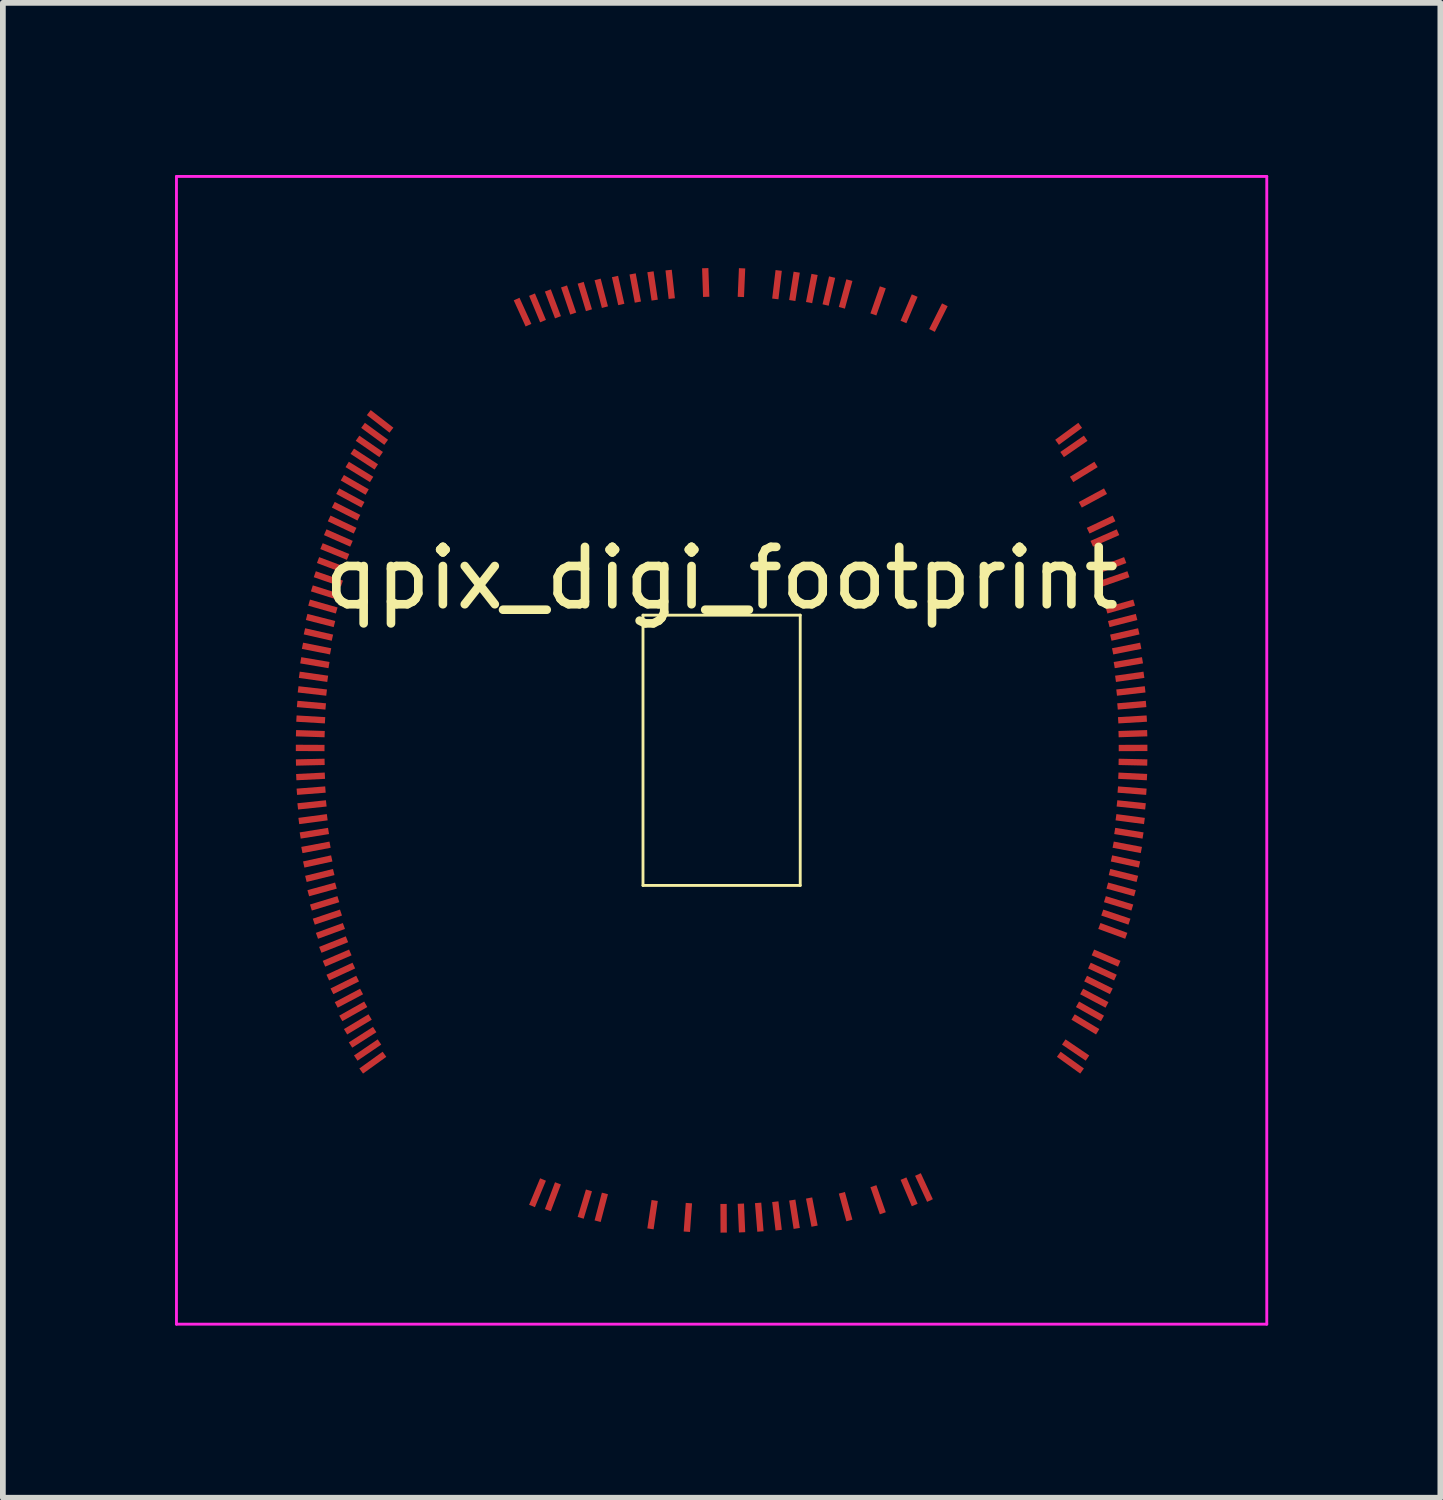
<source format=kicad_pcb>
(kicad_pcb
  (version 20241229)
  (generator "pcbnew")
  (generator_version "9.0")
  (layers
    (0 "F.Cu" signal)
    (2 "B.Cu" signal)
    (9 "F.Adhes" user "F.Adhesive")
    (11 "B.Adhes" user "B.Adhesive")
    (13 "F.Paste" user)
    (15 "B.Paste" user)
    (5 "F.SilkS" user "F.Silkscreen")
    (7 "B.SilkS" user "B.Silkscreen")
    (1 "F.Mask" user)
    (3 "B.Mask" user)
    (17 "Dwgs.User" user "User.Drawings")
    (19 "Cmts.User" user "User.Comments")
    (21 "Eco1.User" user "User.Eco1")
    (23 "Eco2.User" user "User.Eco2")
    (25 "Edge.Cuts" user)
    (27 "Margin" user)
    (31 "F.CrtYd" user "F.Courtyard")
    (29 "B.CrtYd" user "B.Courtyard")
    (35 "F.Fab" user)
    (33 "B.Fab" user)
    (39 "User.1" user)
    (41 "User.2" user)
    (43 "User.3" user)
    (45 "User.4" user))
  (footprint "qpix_digi_footprint"
    (layer "F.Cu")
    (at 9.525 10.025)
    (property "Reference" "qpix_digi_footprint" (at 0 -3 0) (layer "F.SilkS") (effects (font (size 1 1) (thickness 0.15))))
    (attr through_hole)
    (fp_line (start -1.37 -2.355) (end -1.37 2.355) (stroke (width 0.05) (type solid)) (layer "F.SilkS"))
    (fp_line (start -1.37 2.355) (end 1.37 2.355) (stroke (width 0.05) (type solid)) (layer "F.SilkS"))
    (fp_line (start 1.37 -2.355) (end -1.37 -2.355) (stroke (width 0.05) (type solid)) (layer "F.SilkS"))
    (fp_line (start 1.37 2.355) (end 1.37 -2.355) (stroke (width 0.05) (type solid)) (layer "F.SilkS"))
    (fp_line (start -9.5 -10) (end -9.5 10) (stroke (width 0.05) (type solid)) (layer "F.CrtYd"))
    (fp_line (start -9.5 10) (end 9.5 10) (stroke (width 0.05) (type solid)) (layer "F.CrtYd"))
    (fp_line (start 9.5 -10) (end -9.5 -10) (stroke (width 0.05) (type solid)) (layer "F.CrtYd"))
    (fp_line (start 9.5 10) (end 9.5 -10) (stroke (width 0.05) (type solid)) (layer "F.CrtYd"))
    (fp_line (start -1.37 -2.175) (end -5.951 -5.732) (stroke (width 0.025) (type solid)) (layer "User.1"))
    (fp_line (start -1.37 -2.085) (end -6.047 -5.515) (stroke (width 0.025) (type solid)) (layer "User.1"))
    (fp_line (start -1.37 -1.995) (end -6.139 -5.296) (stroke (width 0.025) (type solid)) (layer "User.1"))
    (fp_line (start -1.37 -1.905) (end -6.227 -5.075) (stroke (width 0.025) (type solid)) (layer "User.1"))
    (fp_line (start -1.37 -1.815) (end -6.312 -4.851) (stroke (width 0.025) (type solid)) (layer "User.1"))
    (fp_line (start -1.37 -1.725) (end -6.393 -4.625) (stroke (width 0.025) (type solid)) (layer "User.1"))
    (fp_line (start -1.37 -1.635) (end -6.47 -4.397) (stroke (width 0.025) (type solid)) (layer "User.1"))
    (fp_line (start -1.37 -1.545) (end -6.544 -4.166) (stroke (width 0.025) (type solid)) (layer "User.1"))
    (fp_line (start -1.37 -1.455) (end -6.613 -3.934) (stroke (width 0.025) (type solid)) (layer "User.1"))
    (fp_line (start -1.37 -1.365) (end -6.679 -3.7) (stroke (width 0.025) (type solid)) (layer "User.1"))
    (fp_line (start -1.37 -1.275) (end -6.741 -3.464) (stroke (width 0.025) (type solid)) (layer "User.1"))
    (fp_line (start -1.37 -1.185) (end -6.799 -3.227) (stroke (width 0.025) (type solid)) (layer "User.1"))
    (fp_line (start -1.37 -1.095) (end -6.853 -2.987) (stroke (width 0.025) (type solid)) (layer "User.1"))
    (fp_line (start -1.37 -1.005) (end -6.902 -2.747) (stroke (width 0.025) (type solid)) (layer "User.1"))
    (fp_line (start -1.37 -0.915) (end -6.948 -2.505) (stroke (width 0.025) (type solid)) (layer "User.1"))
    (fp_line (start -1.37 -0.825) (end -6.989 -2.262) (stroke (width 0.025) (type solid)) (layer "User.1"))
    (fp_line (start -1.37 -0.735) (end -7.026 -2.018) (stroke (width 0.025) (type solid)) (layer "User.1"))
    (fp_line (start -1.37 -0.645) (end -7.059 -1.773) (stroke (width 0.025) (type solid)) (layer "User.1"))
    (fp_line (start -1.37 -0.555) (end -7.088 -1.527) (stroke (width 0.025) (type solid)) (layer "User.1"))
    (fp_line (start -1.37 -0.465) (end -7.112 -1.281) (stroke (width 0.025) (type solid)) (layer "User.1"))
    (fp_line (start -1.37 -0.375) (end -7.132 -1.034) (stroke (width 0.025) (type solid)) (layer "User.1"))
    (fp_line (start -1.37 -0.285) (end -7.148 -0.786) (stroke (width 0.025) (type solid)) (layer "User.1"))
    (fp_line (start -1.37 -0.195) (end -7.16 -0.538) (stroke (width 0.025) (type solid)) (layer "User.1"))
    (fp_line (start -1.37 -0.105) (end -7.167 -0.29) (stroke (width 0.025) (type solid)) (layer "User.1"))
    (fp_line (start -1.37 -0.015) (end -7.17 -0.041) (stroke (width 0.025) (type solid)) (layer "User.1"))
    (fp_line (start -1.37 0.075) (end -7.168 0.207) (stroke (width 0.025) (type solid)) (layer "User.1"))
    (fp_line (start -1.37 0.165) (end -7.163 0.455) (stroke (width 0.025) (type solid)) (layer "User.1"))
    (fp_line (start -1.37 0.255) (end -7.153 0.703) (stroke (width 0.025) (type solid)) (layer "User.1"))
    (fp_line (start -1.37 0.345) (end -7.138 0.951) (stroke (width 0.025) (type solid)) (layer "User.1"))
    (fp_line (start -1.37 0.435) (end -7.12 1.199) (stroke (width 0.025) (type solid)) (layer "User.1"))
    (fp_line (start -1.37 0.525) (end -7.097 1.445) (stroke (width 0.025) (type solid)) (layer "User.1"))
    (fp_line (start -1.37 0.615) (end -7.069 1.691) (stroke (width 0.025) (type solid)) (layer "User.1"))
    (fp_line (start -1.37 0.705) (end -7.038 1.937) (stroke (width 0.025) (type solid)) (layer "User.1"))
    (fp_line (start -1.37 0.795) (end -7.002 2.181) (stroke (width 0.025) (type solid)) (layer "User.1"))
    (fp_line (start -1.37 0.885) (end -6.962 2.424) (stroke (width 0.025) (type solid)) (layer "User.1"))
    (fp_line (start -1.37 0.975) (end -6.918 2.667) (stroke (width 0.025) (type solid)) (layer "User.1"))
    (fp_line (start -1.37 1.065) (end -6.87 2.907) (stroke (width 0.025) (type solid)) (layer "User.1"))
    (fp_line (start -1.37 1.155) (end -6.817 3.147) (stroke (width 0.025) (type solid)) (layer "User.1"))
    (fp_line (start -1.37 1.245) (end -6.761 3.385) (stroke (width 0.025) (type solid)) (layer "User.1"))
    (fp_line (start -1.37 1.335) (end -6.7 3.621) (stroke (width 0.025) (type solid)) (layer "User.1"))
    (fp_line (start -1.37 1.425) (end -6.636 3.856) (stroke (width 0.025) (type solid)) (layer "User.1"))
    (fp_line (start -1.37 1.515) (end -6.567 4.089) (stroke (width 0.025) (type solid)) (layer "User.1"))
    (fp_line (start -1.37 1.605) (end -6.495 4.32) (stroke (width 0.025) (type solid)) (layer "User.1"))
    (fp_line (start -1.37 1.695) (end -6.419 4.549) (stroke (width 0.025) (type solid)) (layer "User.1"))
    (fp_line (start -1.37 1.785) (end -6.339 4.776) (stroke (width 0.025) (type solid)) (layer "User.1"))
    (fp_line (start -1.37 1.875) (end -6.256 5.001) (stroke (width 0.025) (type solid)) (layer "User.1"))
    (fp_line (start -1.37 1.965) (end -6.169 5.223) (stroke (width 0.025) (type solid)) (layer "User.1"))
    (fp_line (start -1.37 2.055) (end -6.078 5.443) (stroke (width 0.025) (type solid)) (layer "User.1"))
    (fp_line (start -1.07 -2.355) (end -3.469 -7.636) (stroke (width 0.025) (type solid)) (layer "User.1"))
    (fp_line (start -0.98 -2.355) (end -3.208 -7.71) (stroke (width 0.025) (type solid)) (layer "User.1"))
    (fp_line (start -0.98 2.355) (end -3.208 7.71) (stroke (width 0.025) (type solid)) (layer "User.1"))
    (fp_line (start -0.89 -2.355) (end -2.94 -7.78) (stroke (width 0.025) (type solid)) (layer "User.1"))
    (fp_line (start -0.89 2.355) (end -2.94 7.78) (stroke (width 0.025) (type solid)) (layer "User.1"))
    (fp_line (start -0.8 -2.355) (end -2.666 -7.847) (stroke (width 0.025) (type solid)) (layer "User.1"))
    (fp_line (start -0.71 -2.355) (end -2.384 -7.908) (stroke (width 0.025) (type solid)) (layer "User.1"))
    (fp_line (start -0.71 2.355) (end -2.384 7.908) (stroke (width 0.025) (type solid)) (layer "User.1"))
    (fp_line (start -0.62 -2.355) (end -2.097 -7.964) (stroke (width 0.025) (type solid)) (layer "User.1"))
    (fp_line (start -0.62 2.355) (end -2.097 7.964) (stroke (width 0.025) (type solid)) (layer "User.1"))
    (fp_line (start -0.53 -2.355) (end -1.803 -8.013) (stroke (width 0.025) (type solid)) (layer "User.1"))
    (fp_line (start -0.44 -2.355) (end -1.505 -8.056) (stroke (width 0.025) (type solid)) (layer "User.1"))
    (fp_line (start -0.35 -2.355) (end -1.203 -8.092) (stroke (width 0.025) (type solid)) (layer "User.1"))
    (fp_line (start -0.35 2.355) (end -1.203 8.092) (stroke (width 0.025) (type solid)) (layer "User.1"))
    (fp_line (start -0.26 -2.355) (end -0.896 -8.12) (stroke (width 0.025) (type solid)) (layer "User.1"))
    (fp_line (start -0.17 2.355) (end -0.588 8.14) (stroke (width 0.025) (type solid)) (layer "User.1"))
    (fp_line (start -0.08 -2.355) (end -0.277 -8.152) (stroke (width 0.025) (type solid)) (layer "User.1"))
    (fp_line (start 0.01 2.355) (end 0.035 8.155) (stroke (width 0.025) (type solid)) (layer "User.1"))
    (fp_line (start 0.1 -2.355) (end 0.346 -8.15) (stroke (width 0.025) (type solid)) (layer "User.1"))
    (fp_line (start 0.1 2.355) (end 0.346 8.15) (stroke (width 0.025) (type solid)) (layer "User.1"))
    (fp_line (start 0.19 2.355) (end 0.656 8.136) (stroke (width 0.025) (type solid)) (layer "User.1"))
    (fp_line (start 0.28 -2.355) (end 0.965 -8.114) (stroke (width 0.025) (type solid)) (layer "User.1"))
    (fp_line (start 0.28 2.355) (end 0.965 8.114) (stroke (width 0.025) (type solid)) (layer "User.1"))
    (fp_line (start 0.37 -2.355) (end 1.27 -8.085) (stroke (width 0.025) (type solid)) (layer "User.1"))
    (fp_line (start 0.37 2.355) (end 1.27 8.085) (stroke (width 0.025) (type solid)) (layer "User.1"))
    (fp_line (start 0.46 -2.355) (end 1.572 -8.047) (stroke (width 0.025) (type solid)) (layer "User.1"))
    (fp_line (start 0.46 2.355) (end 1.572 8.047) (stroke (width 0.025) (type solid)) (layer "User.1"))
    (fp_line (start 0.55 -2.355) (end 1.869 -8.003) (stroke (width 0.025) (type solid)) (layer "User.1"))
    (fp_line (start 0.64 -2.355) (end 2.161 -7.952) (stroke (width 0.025) (type solid)) (layer "User.1"))
    (fp_line (start 0.64 2.355) (end 2.161 7.952) (stroke (width 0.025) (type solid)) (layer "User.1"))
    (fp_line (start 0.82 -2.355) (end 2.727 -7.832) (stroke (width 0.025) (type solid)) (layer "User.1"))
    (fp_line (start 0.82 2.355) (end 2.727 7.832) (stroke (width 0.025) (type solid)) (layer "User.1"))
    (fp_line (start 1 -2.355) (end 3.267 -7.694) (stroke (width 0.025) (type solid)) (layer "User.1"))
    (fp_line (start 1 2.355) (end 3.267 7.694) (stroke (width 0.025) (type solid)) (layer "User.1"))
    (fp_line (start 1.09 2.355) (end 3.526 7.619) (stroke (width 0.025) (type solid)) (layer "User.1"))
    (fp_line (start 1.18 -2.355) (end 3.778 -7.54) (stroke (width 0.025) (type solid)) (layer "User.1"))
    (fp_line (start 1.37 -2.085) (end 6.047 -5.515) (stroke (width 0.025) (type solid)) (layer "User.1"))
    (fp_line (start 1.37 -1.995) (end 6.139 -5.296) (stroke (width 0.025) (type solid)) (layer "User.1"))
    (fp_line (start 1.37 -1.815) (end 6.312 -4.851) (stroke (width 0.025) (type solid)) (layer "User.1"))
    (fp_line (start 1.37 -1.635) (end 6.47 -4.397) (stroke (width 0.025) (type solid)) (layer "User.1"))
    (fp_line (start 1.37 -1.455) (end 6.613 -3.934) (stroke (width 0.025) (type solid)) (layer "User.1"))
    (fp_line (start 1.37 -1.365) (end 6.679 -3.7) (stroke (width 0.025) (type solid)) (layer "User.1"))
    (fp_line (start 1.37 -1.185) (end 6.799 -3.227) (stroke (width 0.025) (type solid)) (layer "User.1"))
    (fp_line (start 1.37 -1.095) (end 6.853 -2.987) (stroke (width 0.025) (type solid)) (layer "User.1"))
    (fp_line (start 1.37 -0.915) (end 6.948 -2.505) (stroke (width 0.025) (type solid)) (layer "User.1"))
    (fp_line (start 1.37 -0.825) (end 6.989 -2.262) (stroke (width 0.025) (type solid)) (layer "User.1"))
    (fp_line (start 1.37 -0.735) (end 7.026 -2.018) (stroke (width 0.025) (type solid)) (layer "User.1"))
    (fp_line (start 1.37 -0.645) (end 7.059 -1.773) (stroke (width 0.025) (type solid)) (layer "User.1"))
    (fp_line (start 1.37 -0.555) (end 7.088 -1.527) (stroke (width 0.025) (type solid)) (layer "User.1"))
    (fp_line (start 1.37 -0.465) (end 7.112 -1.281) (stroke (width 0.025) (type solid)) (layer "User.1"))
    (fp_line (start 1.37 -0.375) (end 7.132 -1.034) (stroke (width 0.025) (type solid)) (layer "User.1"))
    (fp_line (start 1.37 -0.285) (end 7.148 -0.786) (stroke (width 0.025) (type solid)) (layer "User.1"))
    (fp_line (start 1.37 -0.195) (end 7.16 -0.538) (stroke (width 0.025) (type solid)) (layer "User.1"))
    (fp_line (start 1.37 -0.105) (end 7.167 -0.29) (stroke (width 0.025) (type solid)) (layer "User.1"))
    (fp_line (start 1.37 -0.015) (end 7.17 -0.041) (stroke (width 0.025) (type solid)) (layer "User.1"))
    (fp_line (start 1.37 0.075) (end 7.168 0.207) (stroke (width 0.025) (type solid)) (layer "User.1"))
    (fp_line (start 1.37 0.165) (end 7.163 0.455) (stroke (width 0.025) (type solid)) (layer "User.1"))
    (fp_line (start 1.37 0.255) (end 7.153 0.703) (stroke (width 0.025) (type solid)) (layer "User.1"))
    (fp_line (start 1.37 0.345) (end 7.138 0.951) (stroke (width 0.025) (type solid)) (layer "User.1"))
    (fp_line (start 1.37 0.435) (end 7.12 1.199) (stroke (width 0.025) (type solid)) (layer "User.1"))
    (fp_line (start 1.37 0.525) (end 7.097 1.445) (stroke (width 0.025) (type solid)) (layer "User.1"))
    (fp_line (start 1.37 0.615) (end 7.069 1.691) (stroke (width 0.025) (type solid)) (layer "User.1"))
    (fp_line (start 1.37 0.705) (end 7.038 1.937) (stroke (width 0.025) (type solid)) (layer "User.1"))
    (fp_line (start 1.37 0.795) (end 7.002 2.181) (stroke (width 0.025) (type solid)) (layer "User.1"))
    (fp_line (start 1.37 0.885) (end 6.962 2.424) (stroke (width 0.025) (type solid)) (layer "User.1"))
    (fp_line (start 1.37 0.975) (end 6.918 2.667) (stroke (width 0.025) (type solid)) (layer "User.1"))
    (fp_line (start 1.37 1.065) (end 6.87 2.907) (stroke (width 0.025) (type solid)) (layer "User.1"))
    (fp_line (start 1.37 1.155) (end 6.817 3.147) (stroke (width 0.025) (type solid)) (layer "User.1"))
    (fp_line (start 1.37 1.335) (end 6.7 3.621) (stroke (width 0.025) (type solid)) (layer "User.1"))
    (fp_line (start 1.37 1.425) (end 6.636 3.856) (stroke (width 0.025) (type solid)) (layer "User.1"))
    (fp_line (start 1.37 1.515) (end 6.567 4.089) (stroke (width 0.025) (type solid)) (layer "User.1"))
    (fp_line (start 1.37 1.605) (end 6.495 4.32) (stroke (width 0.025) (type solid)) (layer "User.1"))
    (fp_line (start 1.37 1.695) (end 6.419 4.549) (stroke (width 0.025) (type solid)) (layer "User.1"))
    (fp_line (start 1.37 1.785) (end 6.339 4.776) (stroke (width 0.025) (type solid)) (layer "User.1"))
    (fp_line (start 1.37 1.965) (end 6.169 5.223) (stroke (width 0.025) (type solid)) (layer "User.1"))
    (fp_line (start 1.37 2.055) (end 6.078 5.443) (stroke (width 0.025) (type solid)) (layer "User.1"))
    (fp_line (start -7.42 -0.043) (end -9 0.2) (stroke (width 0.05) (type solid)) (layer "User.2"))
    (fp_line (start -7.418 0.213) (end -9 0.6) (stroke (width 0.05) (type solid)) (layer "User.2"))
    (fp_line (start -7.417 -0.298) (end -9 -0.2) (stroke (width 0.05) (type solid)) (layer "User.2"))
    (fp_line (start -7.412 0.468) (end -9 1) (stroke (width 0.05) (type solid)) (layer "User.2"))
    (fp_line (start -7.409 -0.553) (end -9 -0.6) (stroke (width 0.05) (type solid)) (layer "User.2"))
    (fp_line (start -7.402 0.723) (end -9 1.4) (stroke (width 0.05) (type solid)) (layer "User.2"))
    (fp_line (start -7.397 -0.808) (end -9 -1) (stroke (width 0.05) (type solid)) (layer "User.2"))
    (fp_line (start -7.387 0.977) (end -9 1.8) (stroke (width 0.05) (type solid)) (layer "User.2"))
    (fp_line (start -7.381 -1.062) (end -9 -1.4) (stroke (width 0.05) (type solid)) (layer "User.2"))
    (fp_line (start -7.367 1.232) (end -9 2.2) (stroke (width 0.05) (type solid)) (layer "User.2"))
    (fp_line (start -7.36 -1.316) (end -9 -1.8) (stroke (width 0.05) (type solid)) (layer "User.2"))
    (fp_line (start -7.343 1.485) (end -9 2.6) (stroke (width 0.05) (type solid)) (layer "User.2"))
    (fp_line (start -7.334 -1.569) (end -9 -2.2) (stroke (width 0.05) (type solid)) (layer "User.2"))
    (fp_line (start -7.315 1.738) (end -9 3) (stroke (width 0.05) (type solid)) (layer "User.2"))
    (fp_line (start -7.304 -1.822) (end -9 -2.6) (stroke (width 0.05) (type solid)) (layer "User.2"))
    (fp_line (start -7.282 1.99) (end -9 3.4) (stroke (width 0.05) (type solid)) (layer "User.2"))
    (fp_line (start -7.27 -2.074) (end -9 -3) (stroke (width 0.05) (type solid)) (layer "User.2"))
    (fp_line (start -7.245 2.241) (end -9 3.8) (stroke (width 0.05) (type solid)) (layer "User.2"))
    (fp_line (start -7.231 -2.324) (end -9 -3.4) (stroke (width 0.05) (type solid)) (layer "User.2"))
    (fp_line (start -7.203 2.491) (end -9 4.2) (stroke (width 0.05) (type solid)) (layer "User.2"))
    (fp_line (start -7.188 -2.574) (end -9 -3.8) (stroke (width 0.05) (type solid)) (layer "User.2"))
    (fp_line (start -7.157 2.739) (end -9 4.6) (stroke (width 0.05) (type solid)) (layer "User.2"))
    (fp_line (start -7.141 -2.822) (end -9 -4.2) (stroke (width 0.05) (type solid)) (layer "User.2"))
    (fp_line (start -7.107 2.987) (end -9 5) (stroke (width 0.05) (type solid)) (layer "User.2"))
    (fp_line (start -7.089 -3.069) (end -9 -4.6) (stroke (width 0.05) (type solid)) (layer "User.2"))
    (fp_line (start -7.052 3.233) (end -9 5.4) (stroke (width 0.05) (type solid)) (layer "User.2"))
    (fp_line (start -7.033 -3.315) (end -9 -5) (stroke (width 0.05) (type solid)) (layer "User.2"))
    (fp_line (start -6.993 3.477) (end -9 5.8) (stroke (width 0.05) (type solid)) (layer "User.2"))
    (fp_line (start -6.973 -3.558) (end -9 -5.4) (stroke (width 0.05) (type solid)) (layer "User.2"))
    (fp_line (start -6.93 3.72) (end -9 6.2) (stroke (width 0.05) (type solid)) (layer "User.2"))
    (fp_line (start -6.908 -3.801) (end -9 -5.8) (stroke (width 0.05) (type solid)) (layer "User.2"))
    (fp_line (start -6.863 3.961) (end -9 6.6) (stroke (width 0.05) (type solid)) (layer "User.2"))
    (fp_line (start -6.84 -4.041) (end -9 -6.2) (stroke (width 0.05) (type solid)) (layer "User.2"))
    (fp_line (start -6.792 4.2) (end -9 7) (stroke (width 0.05) (type solid)) (layer "User.2"))
    (fp_line (start -6.767 -4.279) (end -9 -6.6) (stroke (width 0.05) (type solid)) (layer "User.2"))
    (fp_line (start -6.716 4.437) (end -9 7.4) (stroke (width 0.05) (type solid)) (layer "User.2"))
    (fp_line (start -6.69 -4.516) (end -9 -7) (stroke (width 0.05) (type solid)) (layer "User.2"))
    (fp_line (start -6.637 4.672) (end -9 7.8) (stroke (width 0.05) (type solid)) (layer "User.2"))
    (fp_line (start -6.609 -4.75) (end -9 -7.4) (stroke (width 0.05) (type solid)) (layer "User.2"))
    (fp_line (start -6.553 4.905) (end -9 8.2) (stroke (width 0.05) (type solid)) (layer "User.2"))
    (fp_line (start -6.525 -4.982) (end -9 -7.8) (stroke (width 0.05) (type solid)) (layer "User.2"))
    (fp_line (start -6.466 5.135) (end -9 8.6) (stroke (width 0.05) (type solid)) (layer "User.2"))
    (fp_line (start -6.436 -5.212) (end -9 -8.2) (stroke (width 0.05) (type solid)) (layer "User.2"))
    (fp_line (start -6.375 5.363) (end -9 9) (stroke (width 0.05) (type solid)) (layer "User.2"))
    (fp_line (start -6.344 -5.439) (end -9 -8.6) (stroke (width 0.05) (type solid)) (layer "User.2"))
    (fp_line (start -6.281 5.589) (end -9 9.4) (stroke (width 0.05) (type solid)) (layer "User.2"))
    (fp_line (start -6.248 -5.663) (end -9 -9) (stroke (width 0.05) (type solid)) (layer "User.2"))
    (fp_line (start -6.149 -5.885) (end -9 -9.4) (stroke (width 0.05) (type solid)) (layer "User.2"))
    (fp_line (start -3.573 -7.863) (end -5 -9.5) (stroke (width 0.05) (type solid)) (layer "User.2"))
    (fp_line (start -3.304 -7.941) (end -4.6 -9.5) (stroke (width 0.05) (type solid)) (layer "User.2"))
    (fp_line (start -3.304 7.941) (end -4.6 9.5) (stroke (width 0.05) (type solid)) (layer "User.2"))
    (fp_line (start -3.029 -8.014) (end -4.2 -9.5) (stroke (width 0.05) (type solid)) (layer "User.2"))
    (fp_line (start -3.029 8.014) (end -4.2 9.5) (stroke (width 0.05) (type solid)) (layer "User.2"))
    (fp_line (start -2.746 -8.083) (end -3.8 -9.5) (stroke (width 0.05) (type solid)) (layer "User.2"))
    (fp_line (start -2.456 -8.147) (end -3.4 -9.5) (stroke (width 0.05) (type solid)) (layer "User.2"))
    (fp_line (start -2.456 8.147) (end -3.4 9.5) (stroke (width 0.05) (type solid)) (layer "User.2"))
    (fp_line (start -2.16 -8.206) (end -3 -9.5) (stroke (width 0.05) (type solid)) (layer "User.2"))
    (fp_line (start -2.16 8.206) (end -3 9.5) (stroke (width 0.05) (type solid)) (layer "User.2"))
    (fp_line (start -1.858 -8.257) (end -2.6 -9.5) (stroke (width 0.05) (type solid)) (layer "User.2"))
    (fp_line (start -1.551 -8.302) (end -2.2 -9.5) (stroke (width 0.05) (type solid)) (layer "User.2"))
    (fp_line (start -1.239 -8.339) (end -1.8 -9.5) (stroke (width 0.05) (type solid)) (layer "User.2"))
    (fp_line (start -1.239 8.339) (end -1.8 9.5) (stroke (width 0.05) (type solid)) (layer "User.2"))
    (fp_line (start -0.924 -8.368) (end -1.4 -9.5) (stroke (width 0.05) (type solid)) (layer "User.2"))
    (fp_line (start -0.606 8.389) (end -1 9.5) (stroke (width 0.05) (type solid)) (layer "User.2"))
    (fp_line (start -0.285 -8.402) (end -0.6 -9.5) (stroke (width 0.05) (type solid)) (layer "User.2"))
    (fp_line (start 0.036 8.405) (end -0.2 9.5) (stroke (width 0.05) (type solid)) (layer "User.2"))
    (fp_line (start 0.357 -8.4) (end 0.2 -9.5) (stroke (width 0.05) (type solid)) (layer "User.2"))
    (fp_line (start 0.357 8.4) (end 0.2 9.5) (stroke (width 0.05) (type solid)) (layer "User.2"))
    (fp_line (start 0.677 8.385) (end 0.6 9.5) (stroke (width 0.05) (type solid)) (layer "User.2"))
    (fp_line (start 0.994 -8.363) (end 1 -9.5) (stroke (width 0.05) (type solid)) (layer "User.2"))
    (fp_line (start 0.994 8.363) (end 1 9.5) (stroke (width 0.05) (type solid)) (layer "User.2"))
    (fp_line (start 1.309 -8.332) (end 1.4 -9.5) (stroke (width 0.05) (type solid)) (layer "User.2"))
    (fp_line (start 1.309 8.332) (end 1.4 9.5) (stroke (width 0.05) (type solid)) (layer "User.2"))
    (fp_line (start 1.62 -8.293) (end 1.8 -9.5) (stroke (width 0.05) (type solid)) (layer "User.2"))
    (fp_line (start 1.62 8.293) (end 1.8 9.5) (stroke (width 0.05) (type solid)) (layer "User.2"))
    (fp_line (start 1.926 -8.246) (end 2.2 -9.5) (stroke (width 0.05) (type solid)) (layer "User.2"))
    (fp_line (start 2.227 -8.193) (end 2.6 -9.5) (stroke (width 0.05) (type solid)) (layer "User.2"))
    (fp_line (start 2.227 8.193) (end 2.6 9.5) (stroke (width 0.05) (type solid)) (layer "User.2"))
    (fp_line (start 2.809 -8.069) (end 3.4 -9.5) (stroke (width 0.05) (type solid)) (layer "User.2"))
    (fp_line (start 2.809 8.069) (end 3.4 9.5) (stroke (width 0.05) (type solid)) (layer "User.2"))
    (fp_line (start 3.365 -7.924) (end 4.2 -9.5) (stroke (width 0.05) (type solid)) (layer "User.2"))
    (fp_line (start 3.365 7.924) (end 4.2 9.5) (stroke (width 0.05) (type solid)) (layer "User.2"))
    (fp_line (start 3.631 7.845) (end 4.6 9.5) (stroke (width 0.05) (type solid)) (layer "User.2"))
    (fp_line (start 3.89 -7.764) (end 5 -9.5) (stroke (width 0.05) (type solid)) (layer "User.2"))
    (fp_line (start 6.248 -5.663) (end 9 -9) (stroke (width 0.05) (type solid)) (layer "User.2"))
    (fp_line (start 6.281 5.589) (end 9 9.4) (stroke (width 0.05) (type solid)) (layer "User.2"))
    (fp_line (start 6.344 -5.439) (end 9 -8.6) (stroke (width 0.05) (type solid)) (layer "User.2"))
    (fp_line (start 6.375 5.363) (end 9 9) (stroke (width 0.05) (type solid)) (layer "User.2"))
    (fp_line (start 6.525 -4.982) (end 9 -7.8) (stroke (width 0.05) (type solid)) (layer "User.2"))
    (fp_line (start 6.553 4.905) (end 9 8.2) (stroke (width 0.05) (type solid)) (layer "User.2"))
    (fp_line (start 6.637 4.672) (end 9 7.8) (stroke (width 0.05) (type solid)) (layer "User.2"))
    (fp_line (start 6.69 -4.516) (end 9 -7) (stroke (width 0.05) (type solid)) (layer "User.2"))
    (fp_line (start 6.716 4.437) (end 9 7.4) (stroke (width 0.05) (type solid)) (layer "User.2"))
    (fp_line (start 6.792 4.2) (end 9 7) (stroke (width 0.05) (type solid)) (layer "User.2"))
    (fp_line (start 6.84 -4.041) (end 9 -6.2) (stroke (width 0.05) (type solid)) (layer "User.2"))
    (fp_line (start 6.863 3.961) (end 9 6.6) (stroke (width 0.05) (type solid)) (layer "User.2"))
    (fp_line (start 6.908 -3.801) (end 9 -5.8) (stroke (width 0.05) (type solid)) (layer "User.2"))
    (fp_line (start 6.93 3.72) (end 9 6.2) (stroke (width 0.05) (type solid)) (layer "User.2"))
    (fp_line (start 7.033 -3.315) (end 9 -5) (stroke (width 0.05) (type solid)) (layer "User.2"))
    (fp_line (start 7.052 3.233) (end 9 5.4) (stroke (width 0.05) (type solid)) (layer "User.2"))
    (fp_line (start 7.089 -3.069) (end 9 -4.6) (stroke (width 0.05) (type solid)) (layer "User.2"))
    (fp_line (start 7.107 2.987) (end 9 5) (stroke (width 0.05) (type solid)) (layer "User.2"))
    (fp_line (start 7.157 2.739) (end 9 4.6) (stroke (width 0.05) (type solid)) (layer "User.2"))
    (fp_line (start 7.188 -2.574) (end 9 -3.8) (stroke (width 0.05) (type solid)) (layer "User.2"))
    (fp_line (start 7.203 2.491) (end 9 4.2) (stroke (width 0.05) (type solid)) (layer "User.2"))
    (fp_line (start 7.231 -2.324) (end 9 -3.4) (stroke (width 0.05) (type solid)) (layer "User.2"))
    (fp_line (start 7.245 2.241) (end 9 3.8) (stroke (width 0.05) (type solid)) (layer "User.2"))
    (fp_line (start 7.27 -2.074) (end 9 -3) (stroke (width 0.05) (type solid)) (layer "User.2"))
    (fp_line (start 7.282 1.99) (end 9 3.4) (stroke (width 0.05) (type solid)) (layer "User.2"))
    (fp_line (start 7.304 -1.822) (end 9 -2.6) (stroke (width 0.05) (type solid)) (layer "User.2"))
    (fp_line (start 7.315 1.738) (end 9 3) (stroke (width 0.05) (type solid)) (layer "User.2"))
    (fp_line (start 7.334 -1.569) (end 9 -2.2) (stroke (width 0.05) (type solid)) (layer "User.2"))
    (fp_line (start 7.343 1.485) (end 9 2.6) (stroke (width 0.05) (type solid)) (layer "User.2"))
    (fp_line (start 7.36 -1.316) (end 9 -1.8) (stroke (width 0.05) (type solid)) (layer "User.2"))
    (fp_line (start 7.367 1.232) (end 9 2.2) (stroke (width 0.05) (type solid)) (layer "User.2"))
    (fp_line (start 7.381 -1.062) (end 9 -1.4) (stroke (width 0.05) (type solid)) (layer "User.2"))
    (fp_line (start 7.387 0.977) (end 9 1.8) (stroke (width 0.05) (type solid)) (layer "User.2"))
    (fp_line (start 7.397 -0.808) (end 9 -1) (stroke (width 0.05) (type solid)) (layer "User.2"))
    (fp_line (start 7.402 0.723) (end 9 1.4) (stroke (width 0.05) (type solid)) (layer "User.2"))
    (fp_line (start 7.409 -0.553) (end 9 -0.6) (stroke (width 0.05) (type solid)) (layer "User.2"))
    (fp_line (start 7.412 0.468) (end 9 1) (stroke (width 0.05) (type solid)) (layer "User.2"))
    (fp_line (start 7.417 -0.298) (end 9 -0.2) (stroke (width 0.05) (type solid)) (layer "User.2"))
    (fp_line (start 7.418 0.213) (end 9 0.6) (stroke (width 0.05) (type solid)) (layer "User.2"))
    (fp_line (start 7.42 -0.043) (end 9 0.2) (stroke (width 0.05) (type solid)) (layer "User.2"))
    (pad "1" smd rect (at -5.951 -5.732 322.174) (size 0.5 0.11) (layers "F.Cu" "F.Mask" "F.Paste"))
    (pad "2" smd rect (at -6.047 -5.515 323.739) (size 0.5 0.11) (layers "F.Cu" "F.Mask" "F.Paste"))
    (pad "3" smd rect (at -6.139 -5.296 325.304) (size 0.5 0.11) (layers "F.Cu" "F.Mask" "F.Paste"))
    (pad "4" smd rect (at -6.227 -5.075 326.87) (size 0.5 0.11) (layers "F.Cu" "F.Mask" "F.Paste"))
    (pad "5" smd rect (at -6.312 -4.851 328.435) (size 0.5 0.11) (layers "F.Cu" "F.Mask" "F.Paste"))
    (pad "6" smd rect (at -6.393 -4.625 330) (size 0.5 0.11) (layers "F.Cu" "F.Mask" "F.Paste"))
    (pad "7" smd rect (at -6.47 -4.397 331.565) (size 0.5 0.11) (layers "F.Cu" "F.Mask" "F.Paste"))
    (pad "8" smd rect (at -6.544 -4.166 333.13) (size 0.5 0.11) (layers "F.Cu" "F.Mask" "F.Paste"))
    (pad "9" smd rect (at -6.613 -3.934 334.696) (size 0.5 0.11) (layers "F.Cu" "F.Mask" "F.Paste"))
    (pad "10" smd rect (at -6.679 -3.7 336.261) (size 0.5 0.11) (layers "F.Cu" "F.Mask" "F.Paste"))
    (pad "11" smd rect (at -6.741 -3.464 337.826) (size 0.5 0.11) (layers "F.Cu" "F.Mask" "F.Paste"))
    (pad "12" smd rect (at -6.799 -3.227 339.391) (size 0.5 0.11) (layers "F.Cu" "F.Mask" "F.Paste"))
    (pad "13" smd rect (at -6.853 -2.987 340.957) (size 0.5 0.11) (layers "F.Cu" "F.Mask" "F.Paste"))
    (pad "14" smd rect (at -6.902 -2.747 342.522) (size 0.5 0.11) (layers "F.Cu" "F.Mask" "F.Paste"))
    (pad "15" smd rect (at -6.948 -2.505 344.087) (size 0.5 0.11) (layers "F.Cu" "F.Mask" "F.Paste"))
    (pad "16" smd rect (at -6.989 -2.262 345.652) (size 0.5 0.11) (layers "F.Cu" "F.Mask" "F.Paste"))
    (pad "17" smd rect (at -7.026 -2.018 347.217) (size 0.5 0.11) (layers "F.Cu" "F.Mask" "F.Paste"))
    (pad "18" smd rect (at -7.059 -1.773 348.783) (size 0.5 0.11) (layers "F.Cu" "F.Mask" "F.Paste"))
    (pad "19" smd rect (at -7.088 -1.527 350.348) (size 0.5 0.11) (layers "F.Cu" "F.Mask" "F.Paste"))
    (pad "20" smd rect (at -7.112 -1.281 351.913) (size 0.5 0.11) (layers "F.Cu" "F.Mask" "F.Paste"))
    (pad "21" smd rect (at -7.132 -1.034 353.478) (size 0.5 0.11) (layers "F.Cu" "F.Mask" "F.Paste"))
    (pad "22" smd rect (at -7.148 -0.786 355.043) (size 0.5 0.11) (layers "F.Cu" "F.Mask" "F.Paste"))
    (pad "23" smd rect (at -7.16 -0.538 356.609) (size 0.5 0.11) (layers "F.Cu" "F.Mask" "F.Paste"))
    (pad "24" smd rect (at -7.167 -0.29 358.174) (size 0.5 0.11) (layers "F.Cu" "F.Mask" "F.Paste"))
    (pad "25" smd rect (at -7.17 -0.041 359.739) (size 0.5 0.11) (layers "F.Cu" "F.Mask" "F.Paste"))
    (pad "26" smd rect (at -7.168 0.207 1.304) (size 0.5 0.11) (layers "F.Cu" "F.Mask" "F.Paste"))
    (pad "27" smd rect (at -7.163 0.455 2.87) (size 0.5 0.11) (layers "F.Cu" "F.Mask" "F.Paste"))
    (pad "28" smd rect (at -7.153 0.703 4.435) (size 0.5 0.11) (layers "F.Cu" "F.Mask" "F.Paste"))
    (pad "29" smd rect (at -7.138 0.951 6) (size 0.5 0.11) (layers "F.Cu" "F.Mask" "F.Paste"))
    (pad "30" smd rect (at -7.12 1.199 7.565) (size 0.5 0.11) (layers "F.Cu" "F.Mask" "F.Paste"))
    (pad "31" smd rect (at -7.097 1.445 9.13) (size 0.5 0.11) (layers "F.Cu" "F.Mask" "F.Paste"))
    (pad "32" smd rect (at -7.069 1.691 10.696) (size 0.5 0.11) (layers "F.Cu" "F.Mask" "F.Paste"))
    (pad "33" smd rect (at -7.038 1.937 12.261) (size 0.5 0.11) (layers "F.Cu" "F.Mask" "F.Paste"))
    (pad "34" smd rect (at -7.002 2.181 13.826) (size 0.5 0.11) (layers "F.Cu" "F.Mask" "F.Paste"))
    (pad "35" smd rect (at -6.962 2.424 15.391) (size 0.5 0.11) (layers "F.Cu" "F.Mask" "F.Paste"))
    (pad "36" smd rect (at -6.918 2.667 16.957) (size 0.5 0.11) (layers "F.Cu" "F.Mask" "F.Paste"))
    (pad "37" smd rect (at -6.87 2.907 18.522) (size 0.5 0.11) (layers "F.Cu" "F.Mask" "F.Paste"))
    (pad "38" smd rect (at -6.817 3.147 20.087) (size 0.5 0.11) (layers "F.Cu" "F.Mask" "F.Paste"))
    (pad "39" smd rect (at -6.761 3.385 21.652) (size 0.5 0.11) (layers "F.Cu" "F.Mask" "F.Paste"))
    (pad "40" smd rect (at -6.7 3.621 23.217) (size 0.5 0.11) (layers "F.Cu" "F.Mask" "F.Paste"))
    (pad "41" smd rect (at -6.636 3.856 24.783) (size 0.5 0.11) (layers "F.Cu" "F.Mask" "F.Paste"))
    (pad "42" smd rect (at -6.567 4.089 26.348) (size 0.5 0.11) (layers "F.Cu" "F.Mask" "F.Paste"))
    (pad "43" smd rect (at -6.495 4.32 27.913) (size 0.5 0.11) (layers "F.Cu" "F.Mask" "F.Paste"))
    (pad "44" smd rect (at -6.419 4.549 29.478) (size 0.5 0.11) (layers "F.Cu" "F.Mask" "F.Paste"))
    (pad "45" smd rect (at -6.339 4.776 31.043) (size 0.5 0.11) (layers "F.Cu" "F.Mask" "F.Paste"))
    (pad "46" smd rect (at -6.256 5.001 32.609) (size 0.5 0.11) (layers "F.Cu" "F.Mask" "F.Paste"))
    (pad "47" smd rect (at -6.169 5.223 34.174) (size 0.5 0.11) (layers "F.Cu" "F.Mask" "F.Paste"))
    (pad "48" smd rect (at -6.078 5.443 35.739) (size 0.5 0.11) (layers "F.Cu" "F.Mask" "F.Paste"))
    (pad "49" smd rect (at -3.208 7.71 67.406) (size 0.5 0.11) (layers "F.Cu" "F.Mask" "F.Paste"))
    (pad "50" smd rect (at -2.94 7.78 69.297) (size 0.5 0.11) (layers "F.Cu" "F.Mask" "F.Paste"))
    (pad "51" smd rect (at -2.384 7.908 73.223) (size 0.5 0.11) (layers "F.Cu" "F.Mask" "F.Paste"))
    (pad "52" smd rect (at -2.097 7.964 75.25) (size 0.5 0.11) (layers "F.Cu" "F.Mask" "F.Paste"))
    (pad "53" smd rect (at -1.203 8.092 81.547) (size 0.5 0.11) (layers "F.Cu" "F.Mask" "F.Paste"))
    (pad "54" smd rect (at -0.588 8.14 85.871) (size 0.5 0.11) (layers "F.Cu" "F.Mask" "F.Paste"))
    (pad "55" smd rect (at 0.035 8.155 270.243) (size 0.5 0.11) (layers "F.Cu" "F.Mask" "F.Paste"))
    (pad "56" smd rect (at 0.346 8.15 272.431) (size 0.5 0.11) (layers "F.Cu" "F.Mask" "F.Paste"))
    (pad "57" smd rect (at 0.656 8.136 274.613) (size 0.5 0.11) (layers "F.Cu" "F.Mask" "F.Paste"))
    (pad "58" smd rect (at 0.965 8.114 276.78) (size 0.5 0.11) (layers "F.Cu" "F.Mask" "F.Paste"))
    (pad "59" smd rect (at 1.27 8.085 278.929) (size 0.5 0.11) (layers "F.Cu" "F.Mask" "F.Paste"))
    (pad "60" smd rect (at 1.572 8.047 281.052) (size 0.5 0.11) (layers "F.Cu" "F.Mask" "F.Paste"))
    (pad "61" smd rect (at 2.161 7.952 285.204) (size 0.5 0.11) (layers "F.Cu" "F.Mask" "F.Paste"))
    (pad "62" smd rect (at 2.727 7.832 289.198) (size 0.5 0.11) (layers "F.Cu" "F.Mask" "F.Paste"))
    (pad "63" smd rect (at 3.267 7.694 293.007) (size 0.5 0.11) (layers "F.Cu" "F.Mask" "F.Paste"))
    (pad "64" smd rect (at 3.526 7.619 294.837) (size 0.5 0.11) (layers "F.Cu" "F.Mask" "F.Paste"))
    (pad "65" smd rect (at 6.078 5.443 324.261) (size 0.5 0.11) (layers "F.Cu" "F.Mask" "F.Paste"))
    (pad "66" smd rect (at 6.169 5.223 325.826) (size 0.5 0.11) (layers "F.Cu" "F.Mask" "F.Paste"))
    (pad "67" smd rect (at 6.339 4.776 328.957) (size 0.5 0.11) (layers "F.Cu" "F.Mask" "F.Paste"))
    (pad "68" smd rect (at 6.419 4.549 330.522) (size 0.5 0.11) (layers "F.Cu" "F.Mask" "F.Paste"))
    (pad "69" smd rect (at 6.495 4.32 332.087) (size 0.5 0.11) (layers "F.Cu" "F.Mask" "F.Paste"))
    (pad "70" smd rect (at 6.567 4.089 333.652) (size 0.5 0.11) (layers "F.Cu" "F.Mask" "F.Paste"))
    (pad "71" smd rect (at 6.636 3.856 335.217) (size 0.5 0.11) (layers "F.Cu" "F.Mask" "F.Paste"))
    (pad "72" smd rect (at 6.7 3.621 336.783) (size 0.5 0.11) (layers "F.Cu" "F.Mask" "F.Paste"))
    (pad "73" smd rect (at 6.817 3.147 339.913) (size 0.5 0.11) (layers "F.Cu" "F.Mask" "F.Paste"))
    (pad "74" smd rect (at 6.87 2.907 341.478) (size 0.5 0.11) (layers "F.Cu" "F.Mask" "F.Paste"))
    (pad "75" smd rect (at 6.918 2.667 343.043) (size 0.5 0.11) (layers "F.Cu" "F.Mask" "F.Paste"))
    (pad "76" smd rect (at 6.962 2.424 344.609) (size 0.5 0.11) (layers "F.Cu" "F.Mask" "F.Paste"))
    (pad "77" smd rect (at 7.002 2.181 346.174) (size 0.5 0.11) (layers "F.Cu" "F.Mask" "F.Paste"))
    (pad "78" smd rect (at 7.038 1.937 347.739) (size 0.5 0.11) (layers "F.Cu" "F.Mask" "F.Paste"))
    (pad "79" smd rect (at 7.069 1.691 349.304) (size 0.5 0.11) (layers "F.Cu" "F.Mask" "F.Paste"))
    (pad "80" smd rect (at 7.097 1.445 350.87) (size 0.5 0.11) (layers "F.Cu" "F.Mask" "F.Paste"))
    (pad "81" smd rect (at 7.12 1.199 352.435) (size 0.5 0.11) (layers "F.Cu" "F.Mask" "F.Paste"))
    (pad "82" smd rect (at 7.138 0.951 354) (size 0.5 0.11) (layers "F.Cu" "F.Mask" "F.Paste"))
    (pad "83" smd rect (at 7.153 0.703 355.565) (size 0.5 0.11) (layers "F.Cu" "F.Mask" "F.Paste"))
    (pad "84" smd rect (at 7.163 0.455 357.13) (size 0.5 0.11) (layers "F.Cu" "F.Mask" "F.Paste"))
    (pad "85" smd rect (at 7.168 0.207 358.696) (size 0.5 0.11) (layers "F.Cu" "F.Mask" "F.Paste"))
    (pad "86" smd rect (at 7.17 -0.041 0.261) (size 0.5 0.11) (layers "F.Cu" "F.Mask" "F.Paste"))
    (pad "87" smd rect (at 7.167 -0.29 1.826) (size 0.5 0.11) (layers "F.Cu" "F.Mask" "F.Paste"))
    (pad "88" smd rect (at 7.16 -0.538 3.391) (size 0.5 0.11) (layers "F.Cu" "F.Mask" "F.Paste"))
    (pad "89" smd rect (at 7.148 -0.786 4.957) (size 0.5 0.11) (layers "F.Cu" "F.Mask" "F.Paste"))
    (pad "90" smd rect (at 7.132 -1.034 6.522) (size 0.5 0.11) (layers "F.Cu" "F.Mask" "F.Paste"))
    (pad "91" smd rect (at 7.112 -1.281 8.087) (size 0.5 0.11) (layers "F.Cu" "F.Mask" "F.Paste"))
    (pad "92" smd rect (at 7.088 -1.527 9.652) (size 0.5 0.11) (layers "F.Cu" "F.Mask" "F.Paste"))
    (pad "93" smd rect (at 7.059 -1.773 11.217) (size 0.5 0.11) (layers "F.Cu" "F.Mask" "F.Paste"))
    (pad "94" smd rect (at 7.026 -2.018 12.783) (size 0.5 0.11) (layers "F.Cu" "F.Mask" "F.Paste"))
    (pad "95" smd rect (at 6.989 -2.262 14.348) (size 0.5 0.11) (layers "F.Cu" "F.Mask" "F.Paste"))
    (pad "96" smd rect (at 6.948 -2.505 15.913) (size 0.5 0.11) (layers "F.Cu" "F.Mask" "F.Paste"))
    (pad "97" smd rect (at 6.853 -2.987 19.043) (size 0.5 0.11) (layers "F.Cu" "F.Mask" "F.Paste"))
    (pad "98" smd rect (at 6.799 -3.227 20.609) (size 0.5 0.11) (layers "F.Cu" "F.Mask" "F.Paste"))
    (pad "99" smd rect (at 6.679 -3.7 23.739) (size 0.5 0.11) (layers "F.Cu" "F.Mask" "F.Paste"))
    (pad "100" smd rect (at 6.613 -3.934 25.304) (size 0.5 0.11) (layers "F.Cu" "F.Mask" "F.Paste"))
    (pad "101" smd rect (at 6.47 -4.397 28.435) (size 0.5 0.11) (layers "F.Cu" "F.Mask" "F.Paste"))
    (pad "102" smd rect (at 6.312 -4.851 31.565) (size 0.5 0.11) (layers "F.Cu" "F.Mask" "F.Paste"))
    (pad "103" smd rect (at 6.139 -5.296 34.696) (size 0.5 0.11) (layers "F.Cu" "F.Mask" "F.Paste"))
    (pad "104" smd rect (at 6.047 -5.515 36.261) (size 0.5 0.11) (layers "F.Cu" "F.Mask" "F.Paste"))
    (pad "105" smd rect (at 3.778 -7.54 63.386) (size 0.5 0.11) (layers "F.Cu" "F.Mask" "F.Paste"))
    (pad "106" smd rect (at 3.267 -7.694 66.993) (size 0.5 0.11) (layers "F.Cu" "F.Mask" "F.Paste"))
    (pad "107" smd rect (at 2.727 -7.832 70.802) (size 0.5 0.11) (layers "F.Cu" "F.Mask" "F.Paste"))
    (pad "108" smd rect (at 2.161 -7.952 74.796) (size 0.5 0.11) (layers "F.Cu" "F.Mask" "F.Paste"))
    (pad "109" smd rect (at 1.869 -8.003 76.854) (size 0.5 0.11) (layers "F.Cu" "F.Mask" "F.Paste"))
    (pad "110" smd rect (at 1.572 -8.047 78.948) (size 0.5 0.11) (layers "F.Cu" "F.Mask" "F.Paste"))
    (pad "111" smd rect (at 1.27 -8.085 81.071) (size 0.5 0.11) (layers "F.Cu" "F.Mask" "F.Paste"))
    (pad "112" smd rect (at 0.965 -8.114 83.22) (size 0.5 0.11) (layers "F.Cu" "F.Mask" "F.Paste"))
    (pad "113" smd rect (at 0.346 -8.15 87.569) (size 0.5 0.11) (layers "F.Cu" "F.Mask" "F.Paste"))
    (pad "114" smd rect (at -0.277 -8.152 271.946) (size 0.5 0.11) (layers "F.Cu" "F.Mask" "F.Paste"))
    (pad "115" smd rect (at -0.896 -8.12 276.3) (size 0.5 0.11) (layers "F.Cu" "F.Mask" "F.Paste"))
    (pad "116" smd rect (at -1.203 -8.092 278.453) (size 0.5 0.11) (layers "F.Cu" "F.Mask" "F.Paste"))
    (pad "117" smd rect (at -1.505 -8.056 280.583) (size 0.5 0.11) (layers "F.Cu" "F.Mask" "F.Paste"))
    (pad "118" smd rect (at -1.803 -8.013 282.683) (size 0.5 0.11) (layers "F.Cu" "F.Mask" "F.Paste"))
    (pad "119" smd rect (at -2.097 -7.964 284.75) (size 0.5 0.11) (layers "F.Cu" "F.Mask" "F.Paste"))
    (pad "120" smd rect (at -2.384 -7.908 286.777) (size 0.5 0.11) (layers "F.Cu" "F.Mask" "F.Paste"))
    (pad "121" smd rect (at -2.666 -7.847 288.763) (size 0.5 0.11) (layers "F.Cu" "F.Mask" "F.Paste"))
    (pad "122" smd rect (at -2.94 -7.78 290.703) (size 0.5 0.11) (layers "F.Cu" "F.Mask" "F.Paste"))
    (pad "123" smd rect (at -3.208 -7.71 292.594) (size 0.5 0.11) (layers "F.Cu" "F.Mask" "F.Paste"))
    (pad "124" smd rect (at -3.469 -7.636 294.435) (size 0.5 0.11) (layers "F.Cu" "F.Mask" "F.Paste")))
  (gr_rect
    (start -3 -3)
    (end 22.05 23.05)
    (stroke (width 0.1) (type default))
    (fill no)
    (layer "Edge.Cuts")))
</source>
